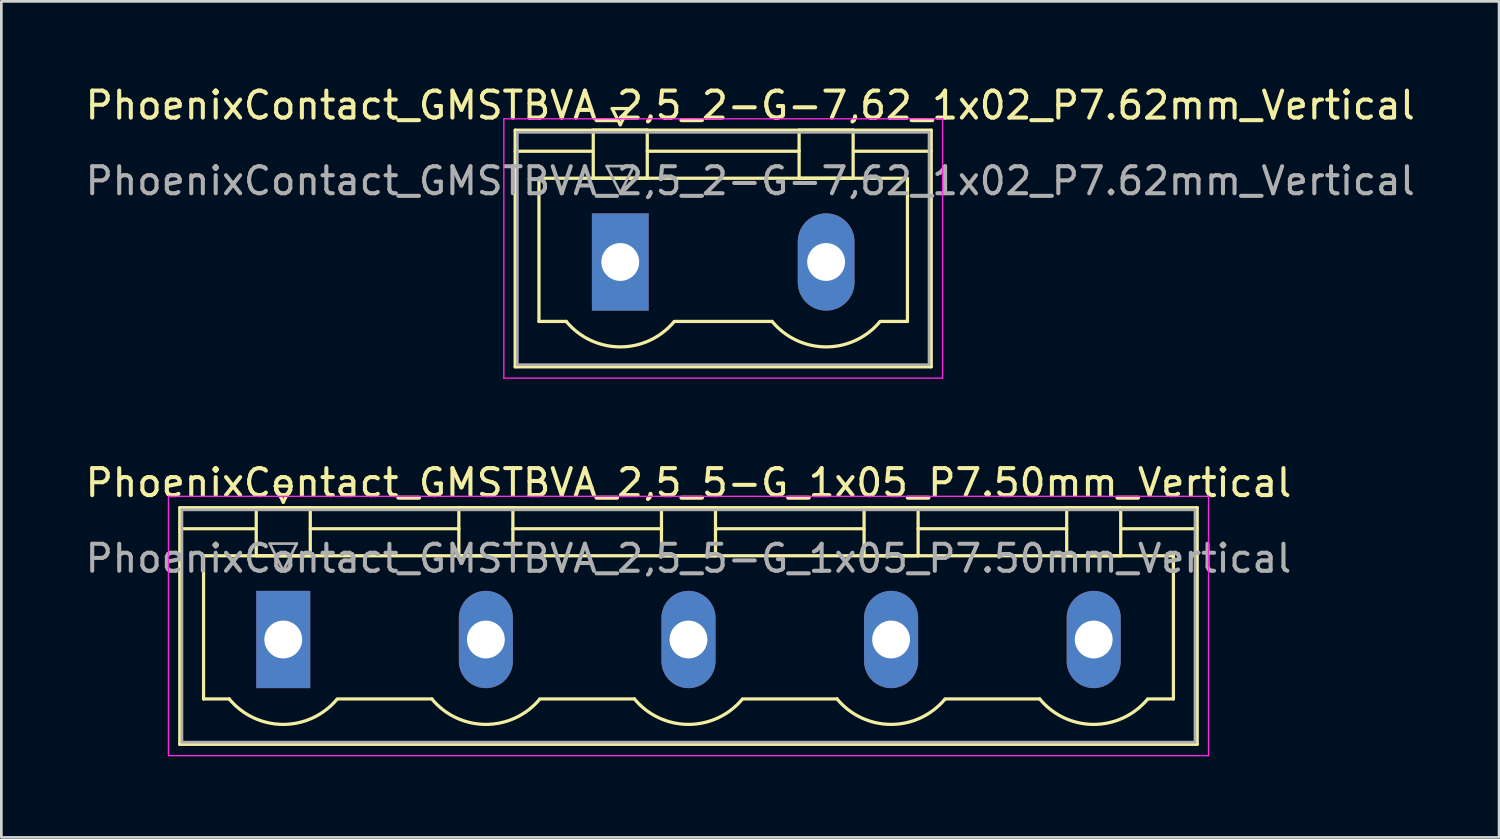
<source format=kicad_pcb>
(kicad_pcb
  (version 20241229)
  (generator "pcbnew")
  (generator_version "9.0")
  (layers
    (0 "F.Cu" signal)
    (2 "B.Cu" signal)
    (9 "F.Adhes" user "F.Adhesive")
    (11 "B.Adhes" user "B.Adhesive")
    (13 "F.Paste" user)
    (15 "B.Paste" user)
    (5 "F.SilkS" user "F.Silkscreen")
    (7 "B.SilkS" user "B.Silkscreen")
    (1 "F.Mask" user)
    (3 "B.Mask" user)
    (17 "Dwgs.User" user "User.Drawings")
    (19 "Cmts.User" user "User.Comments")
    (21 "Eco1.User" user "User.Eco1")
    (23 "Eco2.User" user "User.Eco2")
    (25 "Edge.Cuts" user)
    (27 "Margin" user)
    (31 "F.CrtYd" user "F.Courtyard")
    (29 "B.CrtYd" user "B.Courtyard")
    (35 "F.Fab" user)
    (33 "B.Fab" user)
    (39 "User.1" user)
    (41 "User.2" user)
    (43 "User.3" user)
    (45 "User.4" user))
  (footprint "PhoenixContact_GMSTBVA_2,5_2-G-7,62_1x02_P7.62mm_Vertical"
    (layer "F.Cu")
    (at 19.91 6.648)
    (property "Reference" "PhoenixContact_GMSTBVA_2,5_2-G-7,62_1x02_P7.62mm_Vertical" (at 4.81 -5.8 0) (layer "F.SilkS") (effects (font (size 1 1) (thickness 0.15))))
    (attr through_hole)
    (fp_line (start -3.89 -4.88) (end -3.89 3.88) (stroke (width 0.12) (type solid)) (layer "F.SilkS"))
    (fp_line (start -3.89 -4.1) (end -1.08 -4.1) (stroke (width 0.12) (type solid)) (layer "F.SilkS"))
    (fp_line (start -3.89 3.88) (end 11.51 3.88) (stroke (width 0.12) (type solid)) (layer "F.SilkS"))
    (fp_line (start -3.01 -3.1) (end 10.63 -3.1) (stroke (width 0.12) (type solid)) (layer "F.SilkS"))
    (fp_line (start -3.01 2.2) (end -3.01 -3.1) (stroke (width 0.12) (type solid)) (layer "F.SilkS"))
    (fp_line (start -2 2.2) (end -3.01 2.2) (stroke (width 0.12) (type solid)) (layer "F.SilkS"))
    (fp_line (start -1 -4.88) (end 1 -4.88) (stroke (width 0.12) (type solid)) (layer "F.SilkS"))
    (fp_line (start -1 -3.1) (end -1 -4.88) (stroke (width 0.12) (type solid)) (layer "F.SilkS"))
    (fp_line (start -0.3 -5.68) (end 0.3 -5.68) (stroke (width 0.12) (type solid)) (layer "F.SilkS"))
    (fp_line (start 0 -5.08) (end -0.3 -5.68) (stroke (width 0.12) (type solid)) (layer "F.SilkS"))
    (fp_line (start 0.3 -5.68) (end 0 -5.08) (stroke (width 0.12) (type solid)) (layer "F.SilkS"))
    (fp_line (start 1 -4.88) (end 1 -3.1) (stroke (width 0.12) (type solid)) (layer "F.SilkS"))
    (fp_line (start 1 -4.1) (end 6.62 -4.1) (stroke (width 0.12) (type solid)) (layer "F.SilkS"))
    (fp_line (start 1 -3.1) (end -1 -3.1) (stroke (width 0.12) (type solid)) (layer "F.SilkS"))
    (fp_line (start 2 2.2) (end 5.62 2.2) (stroke (width 0.12) (type solid)) (layer "F.SilkS"))
    (fp_line (start 6.62 -4.88) (end 8.62 -4.88) (stroke (width 0.12) (type solid)) (layer "F.SilkS"))
    (fp_line (start 6.62 -3.1) (end 6.62 -4.88) (stroke (width 0.12) (type solid)) (layer "F.SilkS"))
    (fp_line (start 8.62 -4.88) (end 8.62 -3.1) (stroke (width 0.12) (type solid)) (layer "F.SilkS"))
    (fp_line (start 8.62 -3.1) (end 6.62 -3.1) (stroke (width 0.12) (type solid)) (layer "F.SilkS"))
    (fp_line (start 10.63 -3.1) (end 10.63 2.2) (stroke (width 0.12) (type solid)) (layer "F.SilkS"))
    (fp_line (start 10.63 2.2) (end 9.62 2.2) (stroke (width 0.12) (type solid)) (layer "F.SilkS"))
    (fp_line (start 11.51 -4.88) (end -3.89 -4.88) (stroke (width 0.12) (type solid)) (layer "F.SilkS"))
    (fp_line (start 11.51 -4.1) (end 8.7 -4.1) (stroke (width 0.12) (type solid)) (layer "F.SilkS"))
    (fp_line (start 11.51 3.88) (end 11.51 -4.88) (stroke (width 0.12) (type solid)) (layer "F.SilkS"))
    (fp_arc (start 1.986842 2.215821) (mid -0.010289 3.142758) (end -2 2.2) (stroke (width 0.12) (type solid)) (layer "F.SilkS"))
    (fp_arc (start 9.606842 2.215821) (mid 7.609711 3.142758) (end 5.62 2.2) (stroke (width 0.12) (type solid)) (layer "F.SilkS"))
    (fp_line (start -4.31 -5.3) (end -4.31 4.3) (stroke (width 0.05) (type solid)) (layer "F.CrtYd"))
    (fp_line (start -4.31 4.3) (end 11.93 4.3) (stroke (width 0.05) (type solid)) (layer "F.CrtYd"))
    (fp_line (start 11.93 -5.3) (end -4.31 -5.3) (stroke (width 0.05) (type solid)) (layer "F.CrtYd"))
    (fp_line (start 11.93 4.3) (end 11.93 -5.3) (stroke (width 0.05) (type solid)) (layer "F.CrtYd"))
    (fp_line (start -3.81 -4.8) (end -3.81 3.8) (stroke (width 0.1) (type solid)) (layer "F.Fab"))
    (fp_line (start -3.81 3.8) (end 11.43 3.8) (stroke (width 0.1) (type solid)) (layer "F.Fab"))
    (fp_line (start -0.5 -3.55) (end 0.5 -3.55) (stroke (width 0.1) (type solid)) (layer "F.Fab"))
    (fp_line (start 0 -2.55) (end -0.5 -3.55) (stroke (width 0.1) (type solid)) (layer "F.Fab"))
    (fp_line (start 0.5 -3.55) (end 0 -2.55) (stroke (width 0.1) (type solid)) (layer "F.Fab"))
    (fp_line (start 11.43 -4.8) (end -3.81 -4.8) (stroke (width 0.1) (type solid)) (layer "F.Fab"))
    (fp_line (start 11.43 3.8) (end 11.43 -4.8) (stroke (width 0.1) (type solid)) (layer "F.Fab"))
    (fp_text user "${REFERENCE}" (at 4.81 -3 0) (layer "F.Fab") (effects (font (size 1 1) (thickness 0.15))))
    (pad "1" thru_hole rect (at 0 0) (size 2.1 3.6) (drill 1.4) (layers "*.Cu" "*.Mask"))
    (pad "2" thru_hole oval (at 7.62 0) (size 2.1 3.6) (drill 1.4) (layers "*.Cu" "*.Mask")))
  (footprint "PhoenixContact_GMSTBVA_2,5_5-G_1x05_P7.50mm_Vertical"
    (layer "F.Cu")
    (at 7.435 20.622)
    (property "Reference" "PhoenixContact_GMSTBVA_2,5_5-G_1x05_P7.50mm_Vertical" (at 15 -5.8 0) (layer "F.SilkS") (effects (font (size 1 1) (thickness 0.15))))
    (attr through_hole)
    (fp_line (start -3.83 -4.88) (end -3.83 3.88) (stroke (width 0.12) (type solid)) (layer "F.SilkS"))
    (fp_line (start -3.83 -4.1) (end -1.08 -4.1) (stroke (width 0.12) (type solid)) (layer "F.SilkS"))
    (fp_line (start -3.83 3.88) (end 33.83 3.88) (stroke (width 0.12) (type solid)) (layer "F.SilkS"))
    (fp_line (start -2.95 -3.1) (end 32.95 -3.1) (stroke (width 0.12) (type solid)) (layer "F.SilkS"))
    (fp_line (start -2.95 2.2) (end -2.95 -3.1) (stroke (width 0.12) (type solid)) (layer "F.SilkS"))
    (fp_line (start -2 2.2) (end -2.95 2.2) (stroke (width 0.12) (type solid)) (layer "F.SilkS"))
    (fp_line (start -1 -4.88) (end 1 -4.88) (stroke (width 0.12) (type solid)) (layer "F.SilkS"))
    (fp_line (start -1 -3.1) (end -1 -4.88) (stroke (width 0.12) (type solid)) (layer "F.SilkS"))
    (fp_line (start -0.3 -5.68) (end 0.3 -5.68) (stroke (width 0.12) (type solid)) (layer "F.SilkS"))
    (fp_line (start 0 -5.08) (end -0.3 -5.68) (stroke (width 0.12) (type solid)) (layer "F.SilkS"))
    (fp_line (start 0.3 -5.68) (end 0 -5.08) (stroke (width 0.12) (type solid)) (layer "F.SilkS"))
    (fp_line (start 1 -4.88) (end 1 -3.1) (stroke (width 0.12) (type solid)) (layer "F.SilkS"))
    (fp_line (start 1 -4.1) (end 6.5 -4.1) (stroke (width 0.12) (type solid)) (layer "F.SilkS"))
    (fp_line (start 1 -3.1) (end -1 -3.1) (stroke (width 0.12) (type solid)) (layer "F.SilkS"))
    (fp_line (start 2 2.2) (end 5.5 2.2) (stroke (width 0.12) (type solid)) (layer "F.SilkS"))
    (fp_line (start 6.5 -4.88) (end 8.5 -4.88) (stroke (width 0.12) (type solid)) (layer "F.SilkS"))
    (fp_line (start 6.5 -3.1) (end 6.5 -4.88) (stroke (width 0.12) (type solid)) (layer "F.SilkS"))
    (fp_line (start 8.5 -4.88) (end 8.5 -3.1) (stroke (width 0.12) (type solid)) (layer "F.SilkS"))
    (fp_line (start 8.5 -4.1) (end 14 -4.1) (stroke (width 0.12) (type solid)) (layer "F.SilkS"))
    (fp_line (start 8.5 -3.1) (end 6.5 -3.1) (stroke (width 0.12) (type solid)) (layer "F.SilkS"))
    (fp_line (start 9.5 2.2) (end 13 2.2) (stroke (width 0.12) (type solid)) (layer "F.SilkS"))
    (fp_line (start 14 -4.88) (end 16 -4.88) (stroke (width 0.12) (type solid)) (layer "F.SilkS"))
    (fp_line (start 14 -3.1) (end 14 -4.88) (stroke (width 0.12) (type solid)) (layer "F.SilkS"))
    (fp_line (start 16 -4.88) (end 16 -3.1) (stroke (width 0.12) (type solid)) (layer "F.SilkS"))
    (fp_line (start 16 -4.1) (end 21.5 -4.1) (stroke (width 0.12) (type solid)) (layer "F.SilkS"))
    (fp_line (start 16 -3.1) (end 14 -3.1) (stroke (width 0.12) (type solid)) (layer "F.SilkS"))
    (fp_line (start 17 2.2) (end 20.5 2.2) (stroke (width 0.12) (type solid)) (layer "F.SilkS"))
    (fp_line (start 21.5 -4.88) (end 23.5 -4.88) (stroke (width 0.12) (type solid)) (layer "F.SilkS"))
    (fp_line (start 21.5 -3.1) (end 21.5 -4.88) (stroke (width 0.12) (type solid)) (layer "F.SilkS"))
    (fp_line (start 23.5 -4.88) (end 23.5 -3.1) (stroke (width 0.12) (type solid)) (layer "F.SilkS"))
    (fp_line (start 23.5 -4.1) (end 29 -4.1) (stroke (width 0.12) (type solid)) (layer "F.SilkS"))
    (fp_line (start 23.5 -3.1) (end 21.5 -3.1) (stroke (width 0.12) (type solid)) (layer "F.SilkS"))
    (fp_line (start 24.5 2.2) (end 28 2.2) (stroke (width 0.12) (type solid)) (layer "F.SilkS"))
    (fp_line (start 29 -4.88) (end 31 -4.88) (stroke (width 0.12) (type solid)) (layer "F.SilkS"))
    (fp_line (start 29 -3.1) (end 29 -4.88) (stroke (width 0.12) (type solid)) (layer "F.SilkS"))
    (fp_line (start 31 -4.88) (end 31 -3.1) (stroke (width 0.12) (type solid)) (layer "F.SilkS"))
    (fp_line (start 31 -3.1) (end 29 -3.1) (stroke (width 0.12) (type solid)) (layer "F.SilkS"))
    (fp_line (start 32.95 -3.1) (end 32.95 2.2) (stroke (width 0.12) (type solid)) (layer "F.SilkS"))
    (fp_line (start 32.95 2.2) (end 32 2.2) (stroke (width 0.12) (type solid)) (layer "F.SilkS"))
    (fp_line (start 33.83 -4.88) (end -3.83 -4.88) (stroke (width 0.12) (type solid)) (layer "F.SilkS"))
    (fp_line (start 33.83 -4.1) (end 31.08 -4.1) (stroke (width 0.12) (type solid)) (layer "F.SilkS"))
    (fp_line (start 33.83 3.88) (end 33.83 -4.88) (stroke (width 0.12) (type solid)) (layer "F.SilkS"))
    (fp_arc (start 1.986842 2.215821) (mid -0.010289 3.142758) (end -2 2.2) (stroke (width 0.12) (type solid)) (layer "F.SilkS"))
    (fp_arc (start 9.486842 2.215821) (mid 7.489711 3.142758) (end 5.5 2.2) (stroke (width 0.12) (type solid)) (layer "F.SilkS"))
    (fp_arc (start 16.986842 2.215821) (mid 14.989711 3.142758) (end 13 2.2) (stroke (width 0.12) (type solid)) (layer "F.SilkS"))
    (fp_arc (start 24.486842 2.215821) (mid 22.489711 3.142758) (end 20.5 2.2) (stroke (width 0.12) (type solid)) (layer "F.SilkS"))
    (fp_arc (start 31.986842 2.215821) (mid 29.989711 3.142758) (end 28 2.2) (stroke (width 0.12) (type solid)) (layer "F.SilkS"))
    (fp_line (start -4.25 -5.3) (end -4.25 4.3) (stroke (width 0.05) (type solid)) (layer "F.CrtYd"))
    (fp_line (start -4.25 4.3) (end 34.25 4.3) (stroke (width 0.05) (type solid)) (layer "F.CrtYd"))
    (fp_line (start 34.25 -5.3) (end -4.25 -5.3) (stroke (width 0.05) (type solid)) (layer "F.CrtYd"))
    (fp_line (start 34.25 4.3) (end 34.25 -5.3) (stroke (width 0.05) (type solid)) (layer "F.CrtYd"))
    (fp_line (start -3.75 -4.8) (end -3.75 3.8) (stroke (width 0.1) (type solid)) (layer "F.Fab"))
    (fp_line (start -3.75 3.8) (end 33.75 3.8) (stroke (width 0.1) (type solid)) (layer "F.Fab"))
    (fp_line (start -0.5 -3.55) (end 0.5 -3.55) (stroke (width 0.1) (type solid)) (layer "F.Fab"))
    (fp_line (start 0 -2.55) (end -0.5 -3.55) (stroke (width 0.1) (type solid)) (layer "F.Fab"))
    (fp_line (start 0.5 -3.55) (end 0 -2.55) (stroke (width 0.1) (type solid)) (layer "F.Fab"))
    (fp_line (start 33.75 -4.8) (end -3.75 -4.8) (stroke (width 0.1) (type solid)) (layer "F.Fab"))
    (fp_line (start 33.75 3.8) (end 33.75 -4.8) (stroke (width 0.1) (type solid)) (layer "F.Fab"))
    (fp_text user "${REFERENCE}" (at 15 -3 0) (layer "F.Fab") (effects (font (size 1 1) (thickness 0.15))))
    (pad "1" thru_hole rect (at 0 0) (size 2 3.6) (drill 1.4) (layers "*.Cu" "*.Mask"))
    (pad "2" thru_hole oval (at 7.5 0) (size 2 3.6) (drill 1.4) (layers "*.Cu" "*.Mask"))
    (pad "3" thru_hole oval (at 15 0) (size 2 3.6) (drill 1.4) (layers "*.Cu" "*.Mask"))
    (pad "4" thru_hole oval (at 22.5 0) (size 2 3.6) (drill 1.4) (layers "*.Cu" "*.Mask"))
    (pad "5" thru_hole oval (at 30 0) (size 2 3.6) (drill 1.4) (layers "*.Cu" "*.Mask")))
  (gr_rect
    (start -3 -3)
    (end 52.44 27.947)
    (stroke (width 0.1) (type default))
    (fill no)
    (layer "Edge.Cuts")))
</source>
